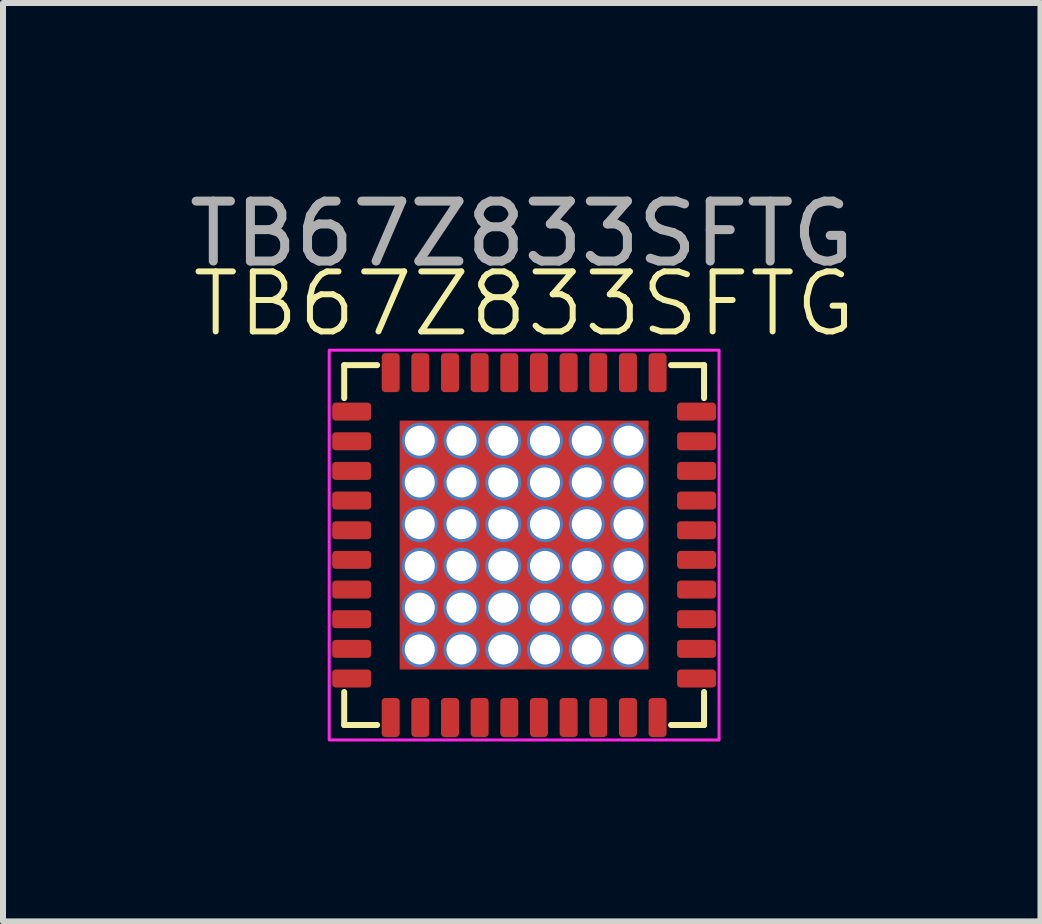
<source format=kicad_pcb>
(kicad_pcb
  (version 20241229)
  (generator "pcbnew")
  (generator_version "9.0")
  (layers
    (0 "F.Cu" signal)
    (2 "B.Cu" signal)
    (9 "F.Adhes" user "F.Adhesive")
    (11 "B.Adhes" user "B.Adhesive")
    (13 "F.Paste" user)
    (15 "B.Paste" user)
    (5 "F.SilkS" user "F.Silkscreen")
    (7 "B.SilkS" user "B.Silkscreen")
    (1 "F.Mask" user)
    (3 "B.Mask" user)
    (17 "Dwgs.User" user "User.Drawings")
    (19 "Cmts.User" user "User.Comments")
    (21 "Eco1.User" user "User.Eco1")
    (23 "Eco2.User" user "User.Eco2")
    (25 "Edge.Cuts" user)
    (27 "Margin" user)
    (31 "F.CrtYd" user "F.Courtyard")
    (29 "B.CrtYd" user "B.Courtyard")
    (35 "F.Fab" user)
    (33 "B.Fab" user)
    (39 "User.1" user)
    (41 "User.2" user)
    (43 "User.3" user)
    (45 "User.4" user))
  (footprint "TB67Z833SFTG"
    (layer "F.Cu")
    (at 5.689 6.038)
    (property "Reference" "TB67Z833SFTG" (at 0 -4.02 0) (unlocked yes) (layer "F.SilkS") (effects (font (size 1 1) (thickness 0.1))))
    (attr smd)
    (fp_line (start -3 -2.45) (end -3 -3) (stroke (width 0.1) (type default)) (layer "F.SilkS"))
    (fp_line (start -3 2.45) (end -3 3) (stroke (width 0.1) (type solid)) (layer "F.SilkS"))
    (fp_line (start -2.45 -3) (end -3 -3) (stroke (width 0.1) (type solid)) (layer "F.SilkS"))
    (fp_line (start -2.45 3) (end -3 3) (stroke (width 0.1) (type solid)) (layer "F.SilkS"))
    (fp_line (start 2.45 -3) (end 3 -3) (stroke (width 0.1) (type solid)) (layer "F.SilkS"))
    (fp_line (start 2.45 3) (end 3 3) (stroke (width 0.1) (type solid)) (layer "F.SilkS"))
    (fp_line (start 3 -2.45) (end 3 -3) (stroke (width 0.1) (type solid)) (layer "F.SilkS"))
    (fp_line (start 3 2.45) (end 3 3) (stroke (width 0.1) (type solid)) (layer "F.SilkS"))
    (fp_rect (start -3.25 -3.25) (end 3.25 3.25) (stroke (width 0.05) (type solid)) (fill no) (layer "F.CrtYd"))
    (fp_text user "${REFERENCE}" (at -0.04 -5.19 0) (unlocked yes) (layer "F.Fab") (effects (font (size 1 1) (thickness 0.15))))
    (pad "1" smd roundrect (at -2.875 -2.225) (size 0.65 0.3) (layers "F.Cu" "F.Mask" "F.Paste") (roundrect_rratio 0.197))
    (pad "2" smd roundrect (at -2.875 -1.731) (size 0.65 0.3) (layers "F.Cu" "F.Mask" "F.Paste") (roundrect_rratio 0.197))
    (pad "3" smd roundrect (at -2.875 -1.236) (size 0.65 0.3) (layers "F.Cu" "F.Mask" "F.Paste") (roundrect_rratio 0.197))
    (pad "4" smd roundrect (at -2.875 -0.742) (size 0.65 0.3) (layers "F.Cu" "F.Mask" "F.Paste") (roundrect_rratio 0.197))
    (pad "5" smd roundrect (at -2.875 -0.247) (size 0.65 0.3) (layers "F.Cu" "F.Mask" "F.Paste") (roundrect_rratio 0.197))
    (pad "6" smd roundrect (at -2.875 0.247) (size 0.65 0.3) (layers "F.Cu" "F.Mask" "F.Paste") (roundrect_rratio 0.197))
    (pad "7" smd roundrect (at -2.875 0.742) (size 0.65 0.3) (layers "F.Cu" "F.Mask" "F.Paste") (roundrect_rratio 0.197))
    (pad "8" smd roundrect (at -2.875 1.236) (size 0.65 0.3) (layers "F.Cu" "F.Mask" "F.Paste") (roundrect_rratio 0.197))
    (pad "9" smd roundrect (at -2.875 1.731) (size 0.65 0.3) (layers "F.Cu" "F.Mask" "F.Paste") (roundrect_rratio 0.197))
    (pad "10" smd roundrect (at -2.875 2.225) (size 0.65 0.3) (layers "F.Cu" "F.Mask" "F.Paste") (roundrect_rratio 0.197))
    (pad "11" smd roundrect (at -2.225 2.875 90) (size 0.65 0.3) (layers "F.Cu" "F.Mask" "F.Paste") (roundrect_rratio 0.197))
    (pad "12" smd roundrect (at -1.731 2.875 90) (size 0.65 0.3) (layers "F.Cu" "F.Mask" "F.Paste") (roundrect_rratio 0.197))
    (pad "13" smd roundrect (at -1.236 2.875 90) (size 0.65 0.3) (layers "F.Cu" "F.Mask" "F.Paste") (roundrect_rratio 0.197))
    (pad "14" smd roundrect (at -0.742 2.875 90) (size 0.65 0.3) (layers "F.Cu" "F.Mask" "F.Paste") (roundrect_rratio 0.197))
    (pad "15" smd roundrect (at -0.247 2.875 90) (size 0.65 0.3) (layers "F.Cu" "F.Mask" "F.Paste") (roundrect_rratio 0.197))
    (pad "16" smd roundrect (at 0.247 2.875 90) (size 0.65 0.3) (layers "F.Cu" "F.Mask" "F.Paste") (roundrect_rratio 0.197))
    (pad "17" smd roundrect (at 0.742 2.875 90) (size 0.65 0.3) (layers "F.Cu" "F.Mask" "F.Paste") (roundrect_rratio 0.197))
    (pad "18" smd roundrect (at 1.236 2.875 90) (size 0.65 0.3) (layers "F.Cu" "F.Mask" "F.Paste") (roundrect_rratio 0.197))
    (pad "19" smd roundrect (at 1.731 2.875 90) (size 0.65 0.3) (layers "F.Cu" "F.Mask" "F.Paste") (roundrect_rratio 0.197))
    (pad "20" smd roundrect (at 2.225 2.875 90) (size 0.65 0.3) (layers "F.Cu" "F.Mask" "F.Paste") (roundrect_rratio 0.197))
    (pad "21" smd roundrect (at 2.875 2.225 180) (size 0.65 0.3) (layers "F.Cu" "F.Mask" "F.Paste") (roundrect_rratio 0.197))
    (pad "22" smd roundrect (at 2.875 1.731 180) (size 0.65 0.3) (layers "F.Cu" "F.Mask" "F.Paste") (roundrect_rratio 0.197))
    (pad "23" smd roundrect (at 2.875 1.236 180) (size 0.65 0.3) (layers "F.Cu" "F.Mask" "F.Paste") (roundrect_rratio 0.197))
    (pad "24" smd roundrect (at 2.875 0.742 180) (size 0.65 0.3) (layers "F.Cu" "F.Mask" "F.Paste") (roundrect_rratio 0.197))
    (pad "25" smd roundrect (at 2.875 0.247 180) (size 0.65 0.3) (layers "F.Cu" "F.Mask" "F.Paste") (roundrect_rratio 0.197))
    (pad "26" smd roundrect (at 2.875 -0.247 180) (size 0.65 0.3) (layers "F.Cu" "F.Mask" "F.Paste") (roundrect_rratio 0.197))
    (pad "27" smd roundrect (at 2.875 -0.742 180) (size 0.65 0.3) (layers "F.Cu" "F.Mask" "F.Paste") (roundrect_rratio 0.197))
    (pad "28" smd roundrect (at 2.875 -1.236 180) (size 0.65 0.3) (layers "F.Cu" "F.Mask" "F.Paste") (roundrect_rratio 0.197))
    (pad "29" smd roundrect (at 2.875 -1.731 180) (size 0.65 0.3) (layers "F.Cu" "F.Mask" "F.Paste") (roundrect_rratio 0.197))
    (pad "30" smd roundrect (at 2.875 -2.225 180) (size 0.65 0.3) (layers "F.Cu" "F.Mask" "F.Paste") (roundrect_rratio 0.197))
    (pad "31" smd roundrect (at 2.225 -2.875 270) (size 0.65 0.3) (layers "F.Cu" "F.Mask" "F.Paste") (roundrect_rratio 0.197))
    (pad "32" smd roundrect (at 1.731 -2.875 270) (size 0.65 0.3) (layers "F.Cu" "F.Mask" "F.Paste") (roundrect_rratio 0.197))
    (pad "33" smd roundrect (at 1.236 -2.875 270) (size 0.65 0.3) (layers "F.Cu" "F.Mask" "F.Paste") (roundrect_rratio 0.197))
    (pad "34" smd roundrect (at 0.742 -2.875 270) (size 0.65 0.3) (layers "F.Cu" "F.Mask" "F.Paste") (roundrect_rratio 0.197))
    (pad "35" smd roundrect (at 0.247 -2.875 270) (size 0.65 0.3) (layers "F.Cu" "F.Mask" "F.Paste") (roundrect_rratio 0.197))
    (pad "36" smd roundrect (at -0.247 -2.875 270) (size 0.65 0.3) (layers "F.Cu" "F.Mask" "F.Paste") (roundrect_rratio 0.197))
    (pad "37" smd roundrect (at -0.742 -2.875 270) (size 0.65 0.3) (layers "F.Cu" "F.Mask" "F.Paste") (roundrect_rratio 0.197))
    (pad "38" smd roundrect (at -1.236 -2.875 270) (size 0.65 0.3) (layers "F.Cu" "F.Mask" "F.Paste") (roundrect_rratio 0.197))
    (pad "39" smd roundrect (at -1.731 -2.875 270) (size 0.65 0.3) (layers "F.Cu" "F.Mask" "F.Paste") (roundrect_rratio 0.197))
    (pad "40" smd roundrect (at -2.225 -2.875 270) (size 0.65 0.3) (layers "F.Cu" "F.Mask" "F.Paste") (roundrect_rratio 0.197))
    (pad "41" thru_hole circle (at -1.74 -1.74) (size 0.6 0.6) (drill 0.5) (property pad_prop_heatsink) (layers "*.Cu" "*.Mask"))
    (pad "41" thru_hole circle (at -1.74 -1.044) (size 0.6 0.6) (drill 0.5) (property pad_prop_heatsink) (layers "*.Cu" "*.Mask"))
    (pad "41" thru_hole circle (at -1.74 -0.348) (size 0.6 0.6) (drill 0.5) (property pad_prop_heatsink) (layers "*.Cu" "*.Mask"))
    (pad "41" thru_hole circle (at -1.74 0.348) (size 0.6 0.6) (drill 0.5) (property pad_prop_heatsink) (layers "*.Cu" "*.Mask"))
    (pad "41" thru_hole circle (at -1.74 1.044) (size 0.6 0.6) (drill 0.5) (property pad_prop_heatsink) (layers "*.Cu" "*.Mask"))
    (pad "41" thru_hole circle (at -1.74 1.74) (size 0.6 0.6) (drill 0.5) (property pad_prop_heatsink) (layers "*.Cu" "*.Mask"))
    (pad "41" thru_hole circle (at -1.044 -1.74) (size 0.6 0.6) (drill 0.5) (property pad_prop_heatsink) (layers "*.Cu" "*.Mask"))
    (pad "41" thru_hole circle (at -1.044 -1.044) (size 0.6 0.6) (drill 0.5) (property pad_prop_heatsink) (layers "*.Cu" "*.Mask"))
    (pad "41" thru_hole circle (at -1.044 -0.348) (size 0.6 0.6) (drill 0.5) (property pad_prop_heatsink) (layers "*.Cu" "*.Mask"))
    (pad "41" thru_hole circle (at -1.044 0.348) (size 0.6 0.6) (drill 0.5) (property pad_prop_heatsink) (layers "*.Cu" "*.Mask"))
    (pad "41" thru_hole circle (at -1.044 1.044) (size 0.6 0.6) (drill 0.5) (property pad_prop_heatsink) (layers "*.Cu" "*.Mask"))
    (pad "41" thru_hole circle (at -1.044 1.74) (size 0.6 0.6) (drill 0.5) (property pad_prop_heatsink) (layers "*.Cu" "*.Mask"))
    (pad "41" thru_hole circle (at -0.348 -1.74) (size 0.6 0.6) (drill 0.5) (property pad_prop_heatsink) (layers "*.Cu" "*.Mask"))
    (pad "41" thru_hole circle (at -0.348 -1.044) (size 0.6 0.6) (drill 0.5) (property pad_prop_heatsink) (layers "*.Cu" "*.Mask"))
    (pad "41" thru_hole circle (at -0.348 -0.348) (size 0.6 0.6) (drill 0.5) (property pad_prop_heatsink) (layers "*.Cu" "*.Mask"))
    (pad "41" thru_hole circle (at -0.348 0.348) (size 0.6 0.6) (drill 0.5) (property pad_prop_heatsink) (layers "*.Cu" "*.Mask"))
    (pad "41" thru_hole circle (at -0.348 1.044) (size 0.6 0.6) (drill 0.5) (property pad_prop_heatsink) (layers "*.Cu" "*.Mask"))
    (pad "41" thru_hole circle (at -0.348 1.74) (size 0.6 0.6) (drill 0.5) (property pad_prop_heatsink) (layers "*.Cu" "*.Mask"))
    (pad "41" smd rect (at 0 0 270) (size 4.15 4.15) (property pad_prop_heatsink) (layers "F.Cu" "F.Mask" "F.Paste"))
    (pad "41" thru_hole circle (at 0.348 -1.74) (size 0.6 0.6) (drill 0.5) (property pad_prop_heatsink) (layers "*.Cu" "*.Mask"))
    (pad "41" thru_hole circle (at 0.348 -1.044) (size 0.6 0.6) (drill 0.5) (property pad_prop_heatsink) (layers "*.Cu" "*.Mask"))
    (pad "41" thru_hole circle (at 0.348 -0.348) (size 0.6 0.6) (drill 0.5) (property pad_prop_heatsink) (layers "*.Cu" "*.Mask"))
    (pad "41" thru_hole circle (at 0.348 0.348) (size 0.6 0.6) (drill 0.5) (property pad_prop_heatsink) (layers "*.Cu" "*.Mask"))
    (pad "41" thru_hole circle (at 0.348 1.044) (size 0.6 0.6) (drill 0.5) (property pad_prop_heatsink) (layers "*.Cu" "*.Mask"))
    (pad "41" thru_hole circle (at 0.348 1.74) (size 0.6 0.6) (drill 0.5) (property pad_prop_heatsink) (layers "*.Cu" "*.Mask"))
    (pad "41" thru_hole circle (at 1.044 -1.74) (size 0.6 0.6) (drill 0.5) (property pad_prop_heatsink) (layers "*.Cu" "*.Mask"))
    (pad "41" thru_hole circle (at 1.044 -1.044) (size 0.6 0.6) (drill 0.5) (property pad_prop_heatsink) (layers "*.Cu" "*.Mask"))
    (pad "41" thru_hole circle (at 1.044 -0.348) (size 0.6 0.6) (drill 0.5) (property pad_prop_heatsink) (layers "*.Cu" "*.Mask"))
    (pad "41" thru_hole circle (at 1.044 0.348) (size 0.6 0.6) (drill 0.5) (property pad_prop_heatsink) (layers "*.Cu" "*.Mask"))
    (pad "41" thru_hole circle (at 1.044 1.044) (size 0.6 0.6) (drill 0.5) (property pad_prop_heatsink) (layers "*.Cu" "*.Mask"))
    (pad "41" thru_hole circle (at 1.044 1.74) (size 0.6 0.6) (drill 0.5) (property pad_prop_heatsink) (layers "*.Cu" "*.Mask"))
    (pad "41" thru_hole circle (at 1.74 -1.74) (size 0.6 0.6) (drill 0.5) (property pad_prop_heatsink) (layers "*.Cu" "*.Mask"))
    (pad "41" thru_hole circle (at 1.74 -1.044) (size 0.6 0.6) (drill 0.5) (property pad_prop_heatsink) (layers "*.Cu" "*.Mask"))
    (pad "41" thru_hole circle (at 1.74 -0.348) (size 0.6 0.6) (drill 0.5) (property pad_prop_heatsink) (layers "*.Cu" "*.Mask"))
    (pad "41" thru_hole circle (at 1.74 0.348) (size 0.6 0.6) (drill 0.5) (property pad_prop_heatsink) (layers "*.Cu" "*.Mask"))
    (pad "41" thru_hole circle (at 1.74 1.044) (size 0.6 0.6) (drill 0.5) (property pad_prop_heatsink) (layers "*.Cu" "*.Mask"))
    (pad "41" thru_hole circle (at 1.74 1.74) (size 0.6 0.6) (drill 0.5) (property pad_prop_heatsink) (layers "*.Cu" "*.Mask")))
  (gr_rect
    (start -3 -3)
    (end 14.298 12.313)
    (stroke (width 0.1) (type default))
    (fill no)
    (layer "Edge.Cuts")))
</source>
